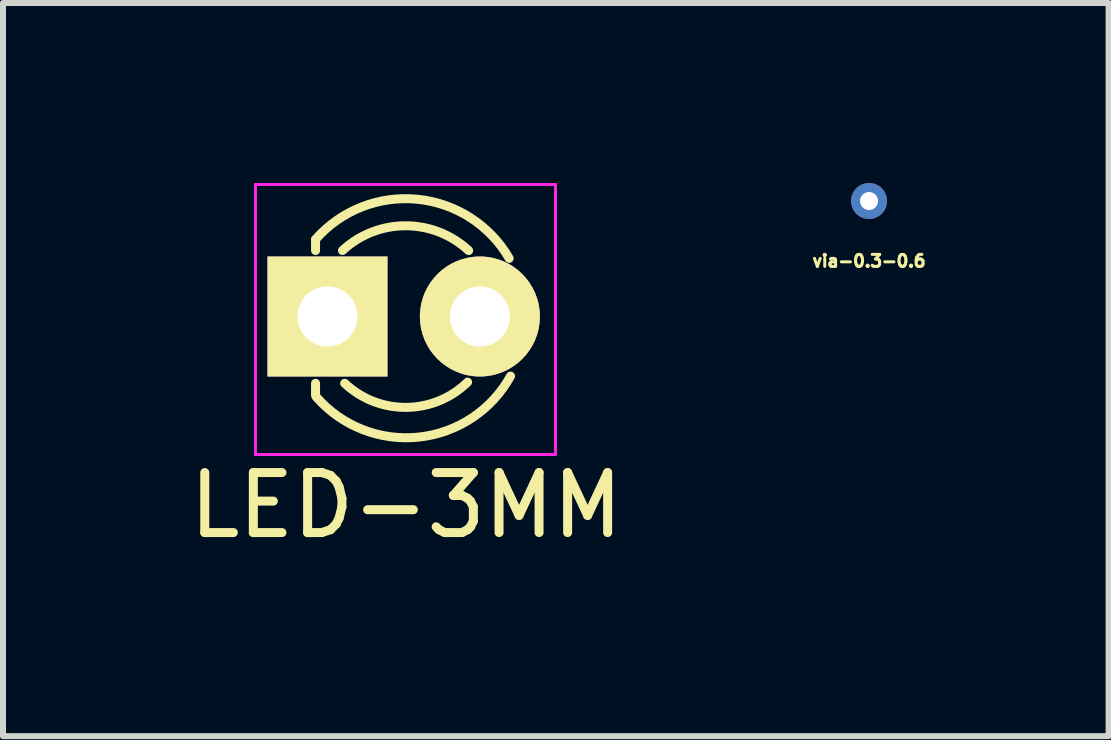
<source format=kicad_pcb>
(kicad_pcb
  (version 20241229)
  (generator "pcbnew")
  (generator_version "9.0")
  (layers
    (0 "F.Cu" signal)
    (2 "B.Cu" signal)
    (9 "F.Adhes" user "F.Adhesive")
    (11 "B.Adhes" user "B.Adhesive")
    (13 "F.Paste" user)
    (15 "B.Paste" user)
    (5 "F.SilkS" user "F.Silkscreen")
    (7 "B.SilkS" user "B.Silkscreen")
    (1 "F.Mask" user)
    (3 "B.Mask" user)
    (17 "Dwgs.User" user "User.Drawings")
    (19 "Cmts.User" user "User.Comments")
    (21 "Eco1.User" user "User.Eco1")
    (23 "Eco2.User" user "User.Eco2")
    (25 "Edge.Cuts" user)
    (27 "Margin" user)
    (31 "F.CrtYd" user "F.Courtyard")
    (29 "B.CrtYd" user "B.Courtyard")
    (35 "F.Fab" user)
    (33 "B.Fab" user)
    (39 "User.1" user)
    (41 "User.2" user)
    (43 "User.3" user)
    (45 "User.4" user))
  (footprint "via-0.3-0.6"
    (layer "F.Cu")
    (at 11.434 0.3)
    (property "Reference" "via-0.3-0.6" (at 0 1 0) (layer "F.SilkS") (effects (font (size 0.2 0.2) (thickness 0.05))))
    (attr through_hole)
    (pad "1" thru_hole circle (at 0 0) (size 0.6 0.6) (drill 0.3) (layers "*.Cu" "*.Mask")))
  (footprint "LED-3MM"
    (layer "F.Cu")
    (at 2.408 2.225)
    (property "Reference" "LED-3MM" (at 1.312 3.146 0) (layer "F.SilkS") (effects (font (size 1 1) (thickness 0.15))))
    (attr through_hole)
    (fp_line (start -0.199 -1.28) (end -0.199 -1.1) (stroke (width 0.15) (type solid)) (layer "F.SilkS"))
    (fp_line (start -0.199 1.314) (end -0.199 1.114) (stroke (width 0.15) (type solid)) (layer "F.SilkS"))
    (fp_arc (start -0.199 -1.286) (mid 1.495903 -1.954571) (end 3.028744 -0.969643) (stroke (width 0.15) (type solid)) (layer "F.SilkS"))
    (fp_arc (start 0.25 -1.1) (mid 1.301686 -1.512142) (end 2.353005 -1.099067) (stroke (width 0.15) (type solid)) (layer "F.SilkS"))
    (fp_arc (start 2.335 1.094) (mid 1.31492 1.51473) (end 0.287111 1.113252) (stroke (width 0.15) (type solid)) (layer "F.SilkS"))
    (fp_arc (start 3.051 0.994) (mid 1.522637 2.009958) (end -0.18622 1.340726) (stroke (width 0.15) (type solid)) (layer "F.SilkS"))
    (fp_line (start -1.2 -2.2) (end -1.2 2.3) (stroke (width 0.05) (type solid)) (layer "F.CrtYd"))
    (fp_line (start -1.2 2.3) (end 3.8 2.3) (stroke (width 0.05) (type solid)) (layer "F.CrtYd"))
    (fp_line (start 3.8 -2.2) (end -1.2 -2.2) (stroke (width 0.05) (type solid)) (layer "F.CrtYd"))
    (fp_line (start 3.8 2.3) (end 3.8 -2.2) (stroke (width 0.05) (type solid)) (layer "F.CrtYd"))
    (pad "1" thru_hole rect (at 0 0 90) (size 2 2) (drill 1.001) (layers "*.Cu" "*.Mask" "F.SilkS"))
    (pad "2" thru_hole circle (at 2.54 0) (size 2 2) (drill 1.001) (layers "*.Cu" "*.Mask" "F.SilkS")))
  (gr_rect
    (start -3 -3)
    (end 15.427 9.219)
    (stroke (width 0.1) (type default))
    (fill no)
    (layer "Edge.Cuts")))
</source>
